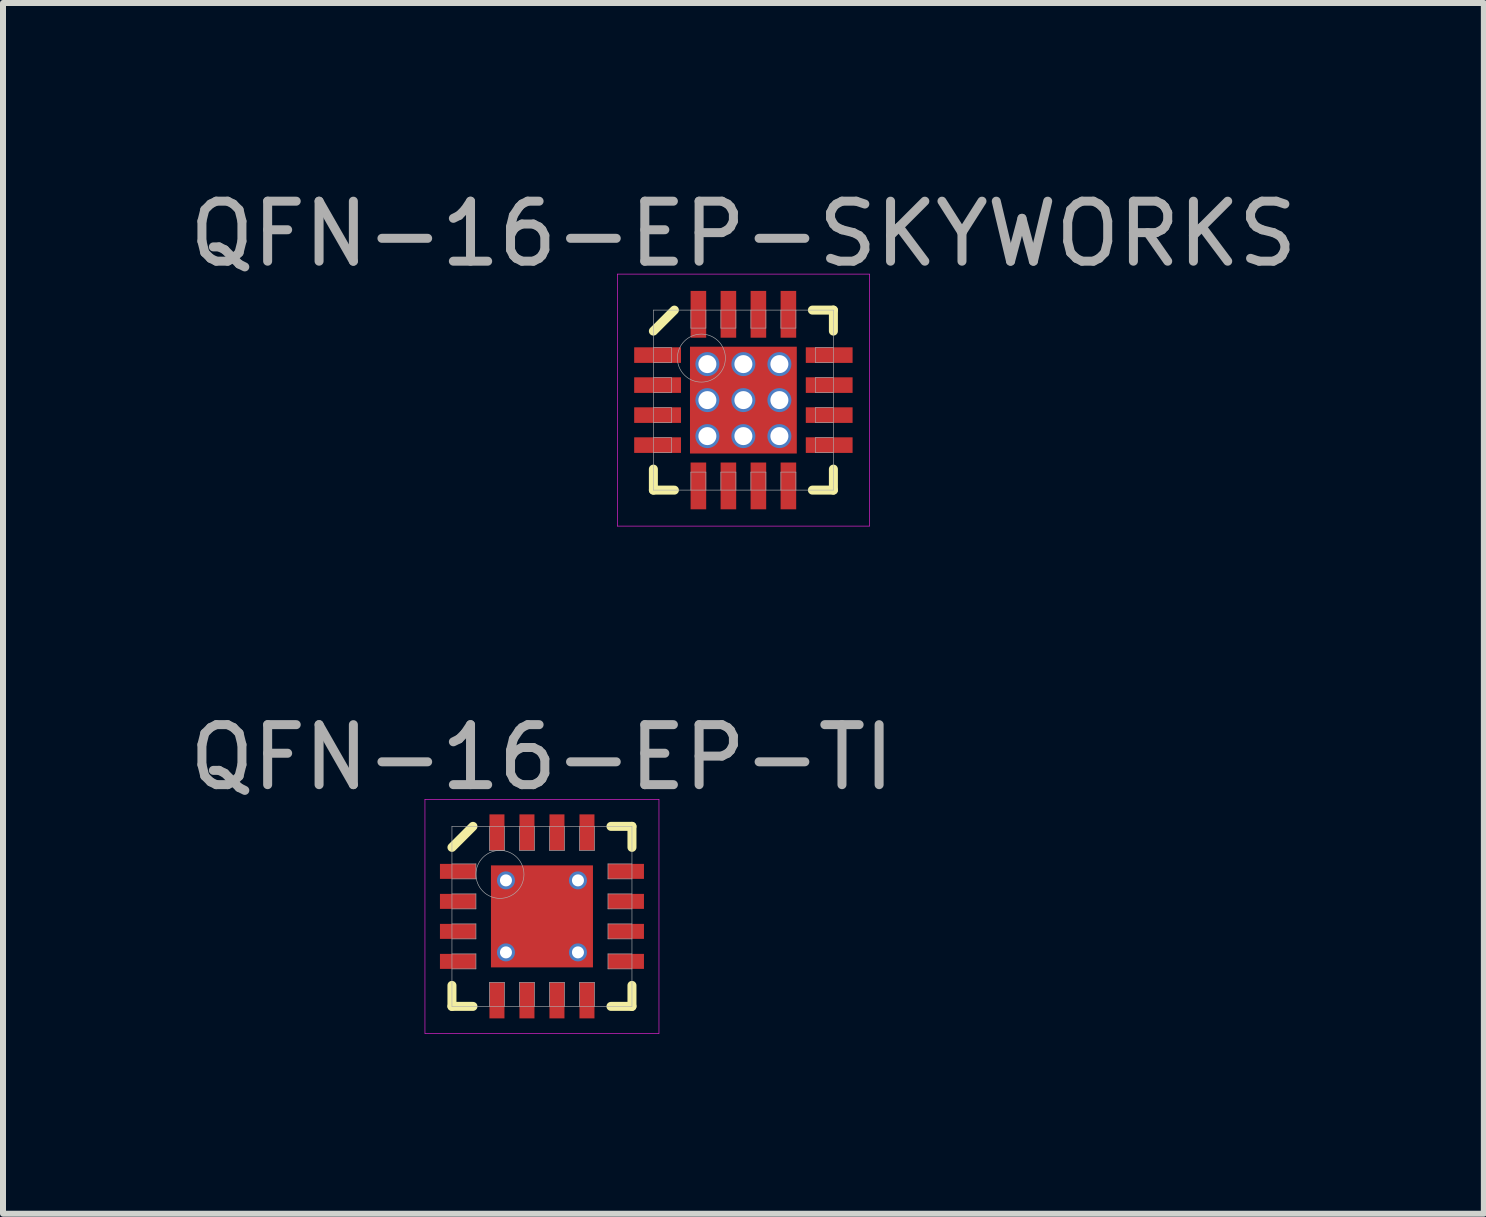
<source format=kicad_pcb>
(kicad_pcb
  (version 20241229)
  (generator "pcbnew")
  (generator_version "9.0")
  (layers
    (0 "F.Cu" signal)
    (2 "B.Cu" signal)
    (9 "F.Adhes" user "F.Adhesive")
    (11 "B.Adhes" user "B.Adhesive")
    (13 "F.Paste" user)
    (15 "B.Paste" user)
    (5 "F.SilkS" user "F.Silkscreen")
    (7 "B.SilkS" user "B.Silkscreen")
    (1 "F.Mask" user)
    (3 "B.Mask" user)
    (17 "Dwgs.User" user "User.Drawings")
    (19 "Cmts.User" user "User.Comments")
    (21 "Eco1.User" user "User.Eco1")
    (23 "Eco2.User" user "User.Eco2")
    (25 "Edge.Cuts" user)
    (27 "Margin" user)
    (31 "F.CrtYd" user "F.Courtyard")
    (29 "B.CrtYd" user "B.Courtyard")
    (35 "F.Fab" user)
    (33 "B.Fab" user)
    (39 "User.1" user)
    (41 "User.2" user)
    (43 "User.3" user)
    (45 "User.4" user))
  (footprint "QFN-16-EP-SKYWORKS"
    (layer "F.Cu")
    (at 9.339 3.618)
    (property "Reference" "QFN-16-EP-SKYWORKS" (at 0 -2.77 0) (layer "F.Fab") (effects (font (size 1 1) (thickness 0.15))))
    (attr through_hole)
    (fp_line (start -1.5 -1.15) (end -1.15 -1.5) (stroke (width 0.15) (type solid)) (layer "F.SilkS"))
    (fp_line (start -1.5 1.5) (end -1.5 1.15) (stroke (width 0.15) (type solid)) (layer "F.SilkS"))
    (fp_line (start -1.15 1.5) (end -1.5 1.5) (stroke (width 0.15) (type solid)) (layer "F.SilkS"))
    (fp_line (start 1.15 -1.5) (end 1.5 -1.5) (stroke (width 0.15) (type solid)) (layer "F.SilkS"))
    (fp_line (start 1.15 1.5) (end 1.5 1.5) (stroke (width 0.15) (type solid)) (layer "F.SilkS"))
    (fp_line (start 1.5 -1.5) (end 1.5 -1.15) (stroke (width 0.15) (type solid)) (layer "F.SilkS"))
    (fp_line (start 1.5 1.5) (end 1.5 1.15) (stroke (width 0.15) (type solid)) (layer "F.SilkS"))
    (fp_line (start -2.1 -2.1) (end 2.1 -2.1) (stroke (width 0.01) (type solid)) (layer "F.CrtYd"))
    (fp_line (start -2.1 2.1) (end -2.1 -2.1) (stroke (width 0.01) (type solid)) (layer "F.CrtYd"))
    (fp_line (start 2.1 -2.1) (end 2.1 2.1) (stroke (width 0.01) (type solid)) (layer "F.CrtYd"))
    (fp_line (start 2.1 2.1) (end -2.1 2.1) (stroke (width 0.01) (type solid)) (layer "F.CrtYd"))
    (fp_line (start -1.5 -1.5) (end 1.5 -1.5) (stroke (width 0.01) (type solid)) (layer "F.Fab"))
    (fp_line (start -1.5 -0.625) (end -1.2 -0.625) (stroke (width 0.01) (type solid)) (layer "F.Fab"))
    (fp_line (start -1.5 -0.125) (end -1.2 -0.125) (stroke (width 0.01) (type solid)) (layer "F.Fab"))
    (fp_line (start -1.5 0.375) (end -1.2 0.375) (stroke (width 0.01) (type solid)) (layer "F.Fab"))
    (fp_line (start -1.5 0.875) (end -1.2 0.875) (stroke (width 0.01) (type solid)) (layer "F.Fab"))
    (fp_line (start -1.5 1.5) (end -1.5 -1.5) (stroke (width 0.01) (type solid)) (layer "F.Fab"))
    (fp_line (start -1.2 -0.875) (end -1.5 -0.875) (stroke (width 0.01) (type solid)) (layer "F.Fab"))
    (fp_line (start -1.2 -0.625) (end -1.2 -0.875) (stroke (width 0.01) (type solid)) (layer "F.Fab"))
    (fp_line (start -1.2 -0.375) (end -1.5 -0.375) (stroke (width 0.01) (type solid)) (layer "F.Fab"))
    (fp_line (start -1.2 -0.125) (end -1.2 -0.375) (stroke (width 0.01) (type solid)) (layer "F.Fab"))
    (fp_line (start -1.2 0.125) (end -1.5 0.125) (stroke (width 0.01) (type solid)) (layer "F.Fab"))
    (fp_line (start -1.2 0.375) (end -1.2 0.125) (stroke (width 0.01) (type solid)) (layer "F.Fab"))
    (fp_line (start -1.2 0.625) (end -1.5 0.625) (stroke (width 0.01) (type solid)) (layer "F.Fab"))
    (fp_line (start -1.2 0.875) (end -1.2 0.625) (stroke (width 0.01) (type solid)) (layer "F.Fab"))
    (fp_line (start -0.875 -1.5) (end -0.875 -1.2) (stroke (width 0.01) (type solid)) (layer "F.Fab"))
    (fp_line (start -0.875 -1.2) (end -0.625 -1.2) (stroke (width 0.01) (type solid)) (layer "F.Fab"))
    (fp_line (start -0.875 1.2) (end -0.875 1.5) (stroke (width 0.01) (type solid)) (layer "F.Fab"))
    (fp_line (start -0.625 -1.2) (end -0.625 -1.5) (stroke (width 0.01) (type solid)) (layer "F.Fab"))
    (fp_line (start -0.625 1.2) (end -0.875 1.2) (stroke (width 0.01) (type solid)) (layer "F.Fab"))
    (fp_line (start -0.625 1.5) (end -0.625 1.2) (stroke (width 0.01) (type solid)) (layer "F.Fab"))
    (fp_line (start -0.375 -1.5) (end -0.375 -1.2) (stroke (width 0.01) (type solid)) (layer "F.Fab"))
    (fp_line (start -0.375 -1.2) (end -0.125 -1.2) (stroke (width 0.01) (type solid)) (layer "F.Fab"))
    (fp_line (start -0.375 1.2) (end -0.375 1.5) (stroke (width 0.01) (type solid)) (layer "F.Fab"))
    (fp_line (start -0.125 -1.2) (end -0.125 -1.5) (stroke (width 0.01) (type solid)) (layer "F.Fab"))
    (fp_line (start -0.125 1.2) (end -0.375 1.2) (stroke (width 0.01) (type solid)) (layer "F.Fab"))
    (fp_line (start -0.125 1.5) (end -0.125 1.2) (stroke (width 0.01) (type solid)) (layer "F.Fab"))
    (fp_line (start 0.125 -1.5) (end 0.125 -1.2) (stroke (width 0.01) (type solid)) (layer "F.Fab"))
    (fp_line (start 0.125 -1.2) (end 0.375 -1.2) (stroke (width 0.01) (type solid)) (layer "F.Fab"))
    (fp_line (start 0.125 1.2) (end 0.125 1.5) (stroke (width 0.01) (type solid)) (layer "F.Fab"))
    (fp_line (start 0.375 -1.2) (end 0.375 -1.5) (stroke (width 0.01) (type solid)) (layer "F.Fab"))
    (fp_line (start 0.375 1.2) (end 0.125 1.2) (stroke (width 0.01) (type solid)) (layer "F.Fab"))
    (fp_line (start 0.375 1.5) (end 0.375 1.2) (stroke (width 0.01) (type solid)) (layer "F.Fab"))
    (fp_line (start 0.625 -1.5) (end 0.625 -1.2) (stroke (width 0.01) (type solid)) (layer "F.Fab"))
    (fp_line (start 0.625 -1.2) (end 0.875 -1.2) (stroke (width 0.01) (type solid)) (layer "F.Fab"))
    (fp_line (start 0.625 1.2) (end 0.625 1.5) (stroke (width 0.01) (type solid)) (layer "F.Fab"))
    (fp_line (start 0.875 -1.2) (end 0.875 -1.5) (stroke (width 0.01) (type solid)) (layer "F.Fab"))
    (fp_line (start 0.875 1.2) (end 0.625 1.2) (stroke (width 0.01) (type solid)) (layer "F.Fab"))
    (fp_line (start 0.875 1.5) (end 0.875 1.2) (stroke (width 0.01) (type solid)) (layer "F.Fab"))
    (fp_line (start 1.2 -0.875) (end 1.2 -0.625) (stroke (width 0.01) (type solid)) (layer "F.Fab"))
    (fp_line (start 1.2 -0.625) (end 1.5 -0.625) (stroke (width 0.01) (type solid)) (layer "F.Fab"))
    (fp_line (start 1.2 -0.375) (end 1.2 -0.125) (stroke (width 0.01) (type solid)) (layer "F.Fab"))
    (fp_line (start 1.2 -0.125) (end 1.5 -0.125) (stroke (width 0.01) (type solid)) (layer "F.Fab"))
    (fp_line (start 1.2 0.125) (end 1.2 0.375) (stroke (width 0.01) (type solid)) (layer "F.Fab"))
    (fp_line (start 1.2 0.375) (end 1.5 0.375) (stroke (width 0.01) (type solid)) (layer "F.Fab"))
    (fp_line (start 1.2 0.625) (end 1.2 0.875) (stroke (width 0.01) (type solid)) (layer "F.Fab"))
    (fp_line (start 1.2 0.875) (end 1.5 0.875) (stroke (width 0.01) (type solid)) (layer "F.Fab"))
    (fp_line (start 1.5 -1.5) (end 1.5 1.5) (stroke (width 0.01) (type solid)) (layer "F.Fab"))
    (fp_line (start 1.5 -0.875) (end 1.2 -0.875) (stroke (width 0.01) (type solid)) (layer "F.Fab"))
    (fp_line (start 1.5 -0.375) (end 1.2 -0.375) (stroke (width 0.01) (type solid)) (layer "F.Fab"))
    (fp_line (start 1.5 0.125) (end 1.2 0.125) (stroke (width 0.01) (type solid)) (layer "F.Fab"))
    (fp_line (start 1.5 0.625) (end 1.2 0.625) (stroke (width 0.01) (type solid)) (layer "F.Fab"))
    (fp_line (start 1.5 1.5) (end -1.5 1.5) (stroke (width 0.01) (type solid)) (layer "F.Fab"))
    (fp_circle (center -0.7 -0.7) (end -0.7 -0.3) (stroke (width 0.01) (type solid)) (fill no) (layer "F.Fab"))
    (pad "1" smd rect (at -1.43 -0.75) (size 0.78 0.26) (layers "F.Cu" "F.Mask" "F.Paste"))
    (pad "2" smd rect (at -1.43 -0.25) (size 0.78 0.26) (layers "F.Cu" "F.Mask" "F.Paste"))
    (pad "3" smd rect (at -1.43 0.25) (size 0.78 0.26) (layers "F.Cu" "F.Mask" "F.Paste"))
    (pad "4" smd rect (at -1.43 0.75) (size 0.78 0.26) (layers "F.Cu" "F.Mask" "F.Paste"))
    (pad "5" smd rect (at -0.75 1.43) (size 0.26 0.78) (layers "F.Cu" "F.Mask" "F.Paste"))
    (pad "6" smd rect (at -0.25 1.43) (size 0.26 0.78) (layers "F.Cu" "F.Mask" "F.Paste"))
    (pad "7" smd rect (at 0.25 1.43) (size 0.26 0.78) (layers "F.Cu" "F.Mask" "F.Paste"))
    (pad "8" smd rect (at 0.75 1.43) (size 0.26 0.78) (layers "F.Cu" "F.Mask" "F.Paste"))
    (pad "9" smd rect (at 1.43 0.75) (size 0.78 0.26) (layers "F.Cu" "F.Mask" "F.Paste"))
    (pad "10" smd rect (at 1.43 0.25) (size 0.78 0.26) (layers "F.Cu" "F.Mask" "F.Paste"))
    (pad "11" smd rect (at 1.43 -0.25) (size 0.78 0.26) (layers "F.Cu" "F.Mask" "F.Paste"))
    (pad "12" smd rect (at 1.43 -0.75) (size 0.78 0.26) (layers "F.Cu" "F.Mask" "F.Paste"))
    (pad "13" smd rect (at 0.75 -1.43) (size 0.26 0.78) (layers "F.Cu" "F.Mask" "F.Paste"))
    (pad "14" smd rect (at 0.25 -1.43) (size 0.26 0.78) (layers "F.Cu" "F.Mask" "F.Paste"))
    (pad "15" smd rect (at -0.25 -1.43) (size 0.26 0.78) (layers "F.Cu" "F.Mask" "F.Paste"))
    (pad "16" smd rect (at -0.75 -1.43) (size 0.26 0.78) (layers "F.Cu" "F.Mask" "F.Paste"))
    (pad "EP" thru_hole circle (at -0.6 -0.6) (size 0.4 0.4) (drill 0.3) (layers "*.Cu"))
    (pad "EP" thru_hole circle (at -0.6 0) (size 0.4 0.4) (drill 0.3) (layers "*.Cu"))
    (pad "EP" thru_hole circle (at -0.6 0.6) (size 0.4 0.4) (drill 0.3) (layers "*.Cu"))
    (pad "EP" smd rect (at -0.5 -0.5) (size 0.7 0.7) (layers "F.Cu" "F.Paste"))
    (pad "EP" smd rect (at -0.5 0.5) (size 0.7 0.7) (layers "F.Cu" "F.Paste"))
    (pad "EP" thru_hole circle (at 0 -0.6) (size 0.4 0.4) (drill 0.3) (layers "*.Cu"))
    (pad "EP" thru_hole circle (at 0 0) (size 0.4 0.4) (drill 0.3) (layers "*.Cu"))
    (pad "EP" smd rect (at 0 0) (size 1.78 1.78) (layers "F.Cu" "F.Mask"))
    (pad "EP" thru_hole circle (at 0 0.6) (size 0.4 0.4) (drill 0.3) (layers "*.Cu"))
    (pad "EP" smd rect (at 0.5 -0.5) (size 0.7 0.7) (layers "F.Cu" "F.Paste"))
    (pad "EP" smd rect (at 0.5 0.5) (size 0.7 0.7) (layers "F.Cu" "F.Paste"))
    (pad "EP" thru_hole circle (at 0.6 -0.6) (size 0.4 0.4) (drill 0.3) (layers "*.Cu"))
    (pad "EP" thru_hole circle (at 0.6 0) (size 0.4 0.4) (drill 0.3) (layers "*.Cu"))
    (pad "EP" thru_hole circle (at 0.6 0.6) (size 0.4 0.4) (drill 0.3) (layers "*.Cu")))
  (footprint "QFN-16-EP-TI"
    (layer "F.Cu")
    (at 5.982 12.222)
    (property "Reference" "QFN-16-EP-TI" (at 0 -2.65 0) (layer "F.Fab") (effects (font (size 1 1) (thickness 0.15))))
    (attr through_hole)
    (fp_line (start -1.5 -1.15) (end -1.15 -1.5) (stroke (width 0.15) (type solid)) (layer "F.SilkS"))
    (fp_line (start -1.5 1.5) (end -1.5 1.15) (stroke (width 0.15) (type solid)) (layer "F.SilkS"))
    (fp_line (start -1.15 1.5) (end -1.5 1.5) (stroke (width 0.15) (type solid)) (layer "F.SilkS"))
    (fp_line (start 1.15 -1.5) (end 1.5 -1.5) (stroke (width 0.15) (type solid)) (layer "F.SilkS"))
    (fp_line (start 1.15 1.5) (end 1.5 1.5) (stroke (width 0.15) (type solid)) (layer "F.SilkS"))
    (fp_line (start 1.5 -1.5) (end 1.5 -1.15) (stroke (width 0.15) (type solid)) (layer "F.SilkS"))
    (fp_line (start 1.5 1.5) (end 1.5 1.15) (stroke (width 0.15) (type solid)) (layer "F.SilkS"))
    (fp_line (start -1.95 -1.95) (end 1.95 -1.95) (stroke (width 0.01) (type solid)) (layer "F.CrtYd"))
    (fp_line (start -1.95 1.95) (end -1.95 -1.95) (stroke (width 0.01) (type solid)) (layer "F.CrtYd"))
    (fp_line (start 1.95 -1.95) (end 1.95 1.95) (stroke (width 0.01) (type solid)) (layer "F.CrtYd"))
    (fp_line (start 1.95 1.95) (end -1.95 1.95) (stroke (width 0.01) (type solid)) (layer "F.CrtYd"))
    (fp_line (start -1.5 -1.5) (end 1.5 -1.5) (stroke (width 0.01) (type solid)) (layer "F.Fab"))
    (fp_line (start -1.5 -0.625) (end -1.1 -0.625) (stroke (width 0.01) (type solid)) (layer "F.Fab"))
    (fp_line (start -1.5 -0.125) (end -1.1 -0.125) (stroke (width 0.01) (type solid)) (layer "F.Fab"))
    (fp_line (start -1.5 0.375) (end -1.1 0.375) (stroke (width 0.01) (type solid)) (layer "F.Fab"))
    (fp_line (start -1.5 0.875) (end -1.1 0.875) (stroke (width 0.01) (type solid)) (layer "F.Fab"))
    (fp_line (start -1.5 1.5) (end -1.5 -1.5) (stroke (width 0.01) (type solid)) (layer "F.Fab"))
    (fp_line (start -1.1 -0.875) (end -1.5 -0.875) (stroke (width 0.01) (type solid)) (layer "F.Fab"))
    (fp_line (start -1.1 -0.625) (end -1.1 -0.875) (stroke (width 0.01) (type solid)) (layer "F.Fab"))
    (fp_line (start -1.1 -0.375) (end -1.5 -0.375) (stroke (width 0.01) (type solid)) (layer "F.Fab"))
    (fp_line (start -1.1 -0.125) (end -1.1 -0.375) (stroke (width 0.01) (type solid)) (layer "F.Fab"))
    (fp_line (start -1.1 0.125) (end -1.5 0.125) (stroke (width 0.01) (type solid)) (layer "F.Fab"))
    (fp_line (start -1.1 0.375) (end -1.1 0.125) (stroke (width 0.01) (type solid)) (layer "F.Fab"))
    (fp_line (start -1.1 0.625) (end -1.5 0.625) (stroke (width 0.01) (type solid)) (layer "F.Fab"))
    (fp_line (start -1.1 0.875) (end -1.1 0.625) (stroke (width 0.01) (type solid)) (layer "F.Fab"))
    (fp_line (start -0.875 -1.5) (end -0.875 -1.1) (stroke (width 0.01) (type solid)) (layer "F.Fab"))
    (fp_line (start -0.875 -1.1) (end -0.625 -1.1) (stroke (width 0.01) (type solid)) (layer "F.Fab"))
    (fp_line (start -0.875 1.1) (end -0.875 1.5) (stroke (width 0.01) (type solid)) (layer "F.Fab"))
    (fp_line (start -0.625 -1.1) (end -0.625 -1.5) (stroke (width 0.01) (type solid)) (layer "F.Fab"))
    (fp_line (start -0.625 1.1) (end -0.875 1.1) (stroke (width 0.01) (type solid)) (layer "F.Fab"))
    (fp_line (start -0.625 1.5) (end -0.625 1.1) (stroke (width 0.01) (type solid)) (layer "F.Fab"))
    (fp_line (start -0.375 -1.5) (end -0.375 -1.1) (stroke (width 0.01) (type solid)) (layer "F.Fab"))
    (fp_line (start -0.375 -1.1) (end -0.125 -1.1) (stroke (width 0.01) (type solid)) (layer "F.Fab"))
    (fp_line (start -0.375 1.1) (end -0.375 1.5) (stroke (width 0.01) (type solid)) (layer "F.Fab"))
    (fp_line (start -0.125 -1.1) (end -0.125 -1.5) (stroke (width 0.01) (type solid)) (layer "F.Fab"))
    (fp_line (start -0.125 1.1) (end -0.375 1.1) (stroke (width 0.01) (type solid)) (layer "F.Fab"))
    (fp_line (start -0.125 1.5) (end -0.125 1.1) (stroke (width 0.01) (type solid)) (layer "F.Fab"))
    (fp_line (start 0.125 -1.5) (end 0.125 -1.1) (stroke (width 0.01) (type solid)) (layer "F.Fab"))
    (fp_line (start 0.125 -1.1) (end 0.375 -1.1) (stroke (width 0.01) (type solid)) (layer "F.Fab"))
    (fp_line (start 0.125 1.1) (end 0.125 1.5) (stroke (width 0.01) (type solid)) (layer "F.Fab"))
    (fp_line (start 0.375 -1.1) (end 0.375 -1.5) (stroke (width 0.01) (type solid)) (layer "F.Fab"))
    (fp_line (start 0.375 1.1) (end 0.125 1.1) (stroke (width 0.01) (type solid)) (layer "F.Fab"))
    (fp_line (start 0.375 1.5) (end 0.375 1.1) (stroke (width 0.01) (type solid)) (layer "F.Fab"))
    (fp_line (start 0.625 -1.5) (end 0.625 -1.1) (stroke (width 0.01) (type solid)) (layer "F.Fab"))
    (fp_line (start 0.625 -1.1) (end 0.875 -1.1) (stroke (width 0.01) (type solid)) (layer "F.Fab"))
    (fp_line (start 0.625 1.1) (end 0.625 1.5) (stroke (width 0.01) (type solid)) (layer "F.Fab"))
    (fp_line (start 0.875 -1.1) (end 0.875 -1.5) (stroke (width 0.01) (type solid)) (layer "F.Fab"))
    (fp_line (start 0.875 1.1) (end 0.625 1.1) (stroke (width 0.01) (type solid)) (layer "F.Fab"))
    (fp_line (start 0.875 1.5) (end 0.875 1.1) (stroke (width 0.01) (type solid)) (layer "F.Fab"))
    (fp_line (start 1.1 -0.875) (end 1.1 -0.625) (stroke (width 0.01) (type solid)) (layer "F.Fab"))
    (fp_line (start 1.1 -0.625) (end 1.5 -0.625) (stroke (width 0.01) (type solid)) (layer "F.Fab"))
    (fp_line (start 1.1 -0.375) (end 1.1 -0.125) (stroke (width 0.01) (type solid)) (layer "F.Fab"))
    (fp_line (start 1.1 -0.125) (end 1.5 -0.125) (stroke (width 0.01) (type solid)) (layer "F.Fab"))
    (fp_line (start 1.1 0.125) (end 1.1 0.375) (stroke (width 0.01) (type solid)) (layer "F.Fab"))
    (fp_line (start 1.1 0.375) (end 1.5 0.375) (stroke (width 0.01) (type solid)) (layer "F.Fab"))
    (fp_line (start 1.1 0.625) (end 1.1 0.875) (stroke (width 0.01) (type solid)) (layer "F.Fab"))
    (fp_line (start 1.1 0.875) (end 1.5 0.875) (stroke (width 0.01) (type solid)) (layer "F.Fab"))
    (fp_line (start 1.5 -1.5) (end 1.5 1.5) (stroke (width 0.01) (type solid)) (layer "F.Fab"))
    (fp_line (start 1.5 -0.875) (end 1.1 -0.875) (stroke (width 0.01) (type solid)) (layer "F.Fab"))
    (fp_line (start 1.5 -0.375) (end 1.1 -0.375) (stroke (width 0.01) (type solid)) (layer "F.Fab"))
    (fp_line (start 1.5 0.125) (end 1.1 0.125) (stroke (width 0.01) (type solid)) (layer "F.Fab"))
    (fp_line (start 1.5 0.625) (end 1.1 0.625) (stroke (width 0.01) (type solid)) (layer "F.Fab"))
    (fp_line (start 1.5 1.5) (end -1.5 1.5) (stroke (width 0.01) (type solid)) (layer "F.Fab"))
    (fp_circle (center -0.7 -0.7) (end -0.7 -0.3) (stroke (width 0.01) (type solid)) (fill no) (layer "F.Fab"))
    (pad "1" smd rect (at -1.4 -0.75) (size 0.6 0.25) (layers "F.Cu" "F.Mask" "F.Paste"))
    (pad "2" smd rect (at -1.4 -0.25) (size 0.6 0.25) (layers "F.Cu" "F.Mask" "F.Paste"))
    (pad "3" smd rect (at -1.4 0.25) (size 0.6 0.25) (layers "F.Cu" "F.Mask" "F.Paste"))
    (pad "4" smd rect (at -1.4 0.75) (size 0.6 0.25) (layers "F.Cu" "F.Mask" "F.Paste"))
    (pad "5" smd rect (at -0.75 1.4) (size 0.25 0.6) (layers "F.Cu" "F.Mask" "F.Paste"))
    (pad "6" smd rect (at -0.25 1.4) (size 0.25 0.6) (layers "F.Cu" "F.Mask" "F.Paste"))
    (pad "7" smd rect (at 0.25 1.4) (size 0.25 0.6) (layers "F.Cu" "F.Mask" "F.Paste"))
    (pad "8" smd rect (at 0.75 1.4) (size 0.25 0.6) (layers "F.Cu" "F.Mask" "F.Paste"))
    (pad "9" smd rect (at 1.4 0.75) (size 0.6 0.25) (layers "F.Cu" "F.Mask" "F.Paste"))
    (pad "10" smd rect (at 1.4 0.25) (size 0.6 0.25) (layers "F.Cu" "F.Mask" "F.Paste"))
    (pad "11" smd rect (at 1.4 -0.25) (size 0.6 0.25) (layers "F.Cu" "F.Mask" "F.Paste"))
    (pad "12" smd rect (at 1.4 -0.75) (size 0.6 0.25) (layers "F.Cu" "F.Mask" "F.Paste"))
    (pad "13" smd rect (at 0.75 -1.4) (size 0.25 0.6) (layers "F.Cu" "F.Mask" "F.Paste"))
    (pad "14" smd rect (at 0.25 -1.4) (size 0.25 0.6) (layers "F.Cu" "F.Mask" "F.Paste"))
    (pad "15" smd rect (at -0.25 -1.4) (size 0.25 0.6) (layers "F.Cu" "F.Mask" "F.Paste"))
    (pad "16" smd rect (at -0.75 -1.4) (size 0.25 0.6) (layers "F.Cu" "F.Mask" "F.Paste"))
    (pad "EP" thru_hole circle (at -0.6 -0.6) (size 0.3 0.3) (drill 0.2) (layers "*.Cu"))
    (pad "EP" thru_hole circle (at -0.6 0.6) (size 0.3 0.3) (drill 0.2) (layers "*.Cu"))
    (pad "EP" smd rect (at 0 0) (size 1.5 1.5) (layers "F.Cu" "F.Paste"))
    (pad "EP" smd rect (at 0 0) (size 1.7 1.7) (layers "F.Cu" "F.Mask"))
    (pad "EP" thru_hole circle (at 0.6 -0.6) (size 0.3 0.3) (drill 0.2) (layers "*.Cu"))
    (pad "EP" thru_hole circle (at 0.6 0.6) (size 0.3 0.3) (drill 0.2) (layers "*.Cu")))
  (gr_rect
    (start -3 -3)
    (end 21.679 17.177)
    (stroke (width 0.1) (type default))
    (fill no)
    (layer "Edge.Cuts")))
</source>
